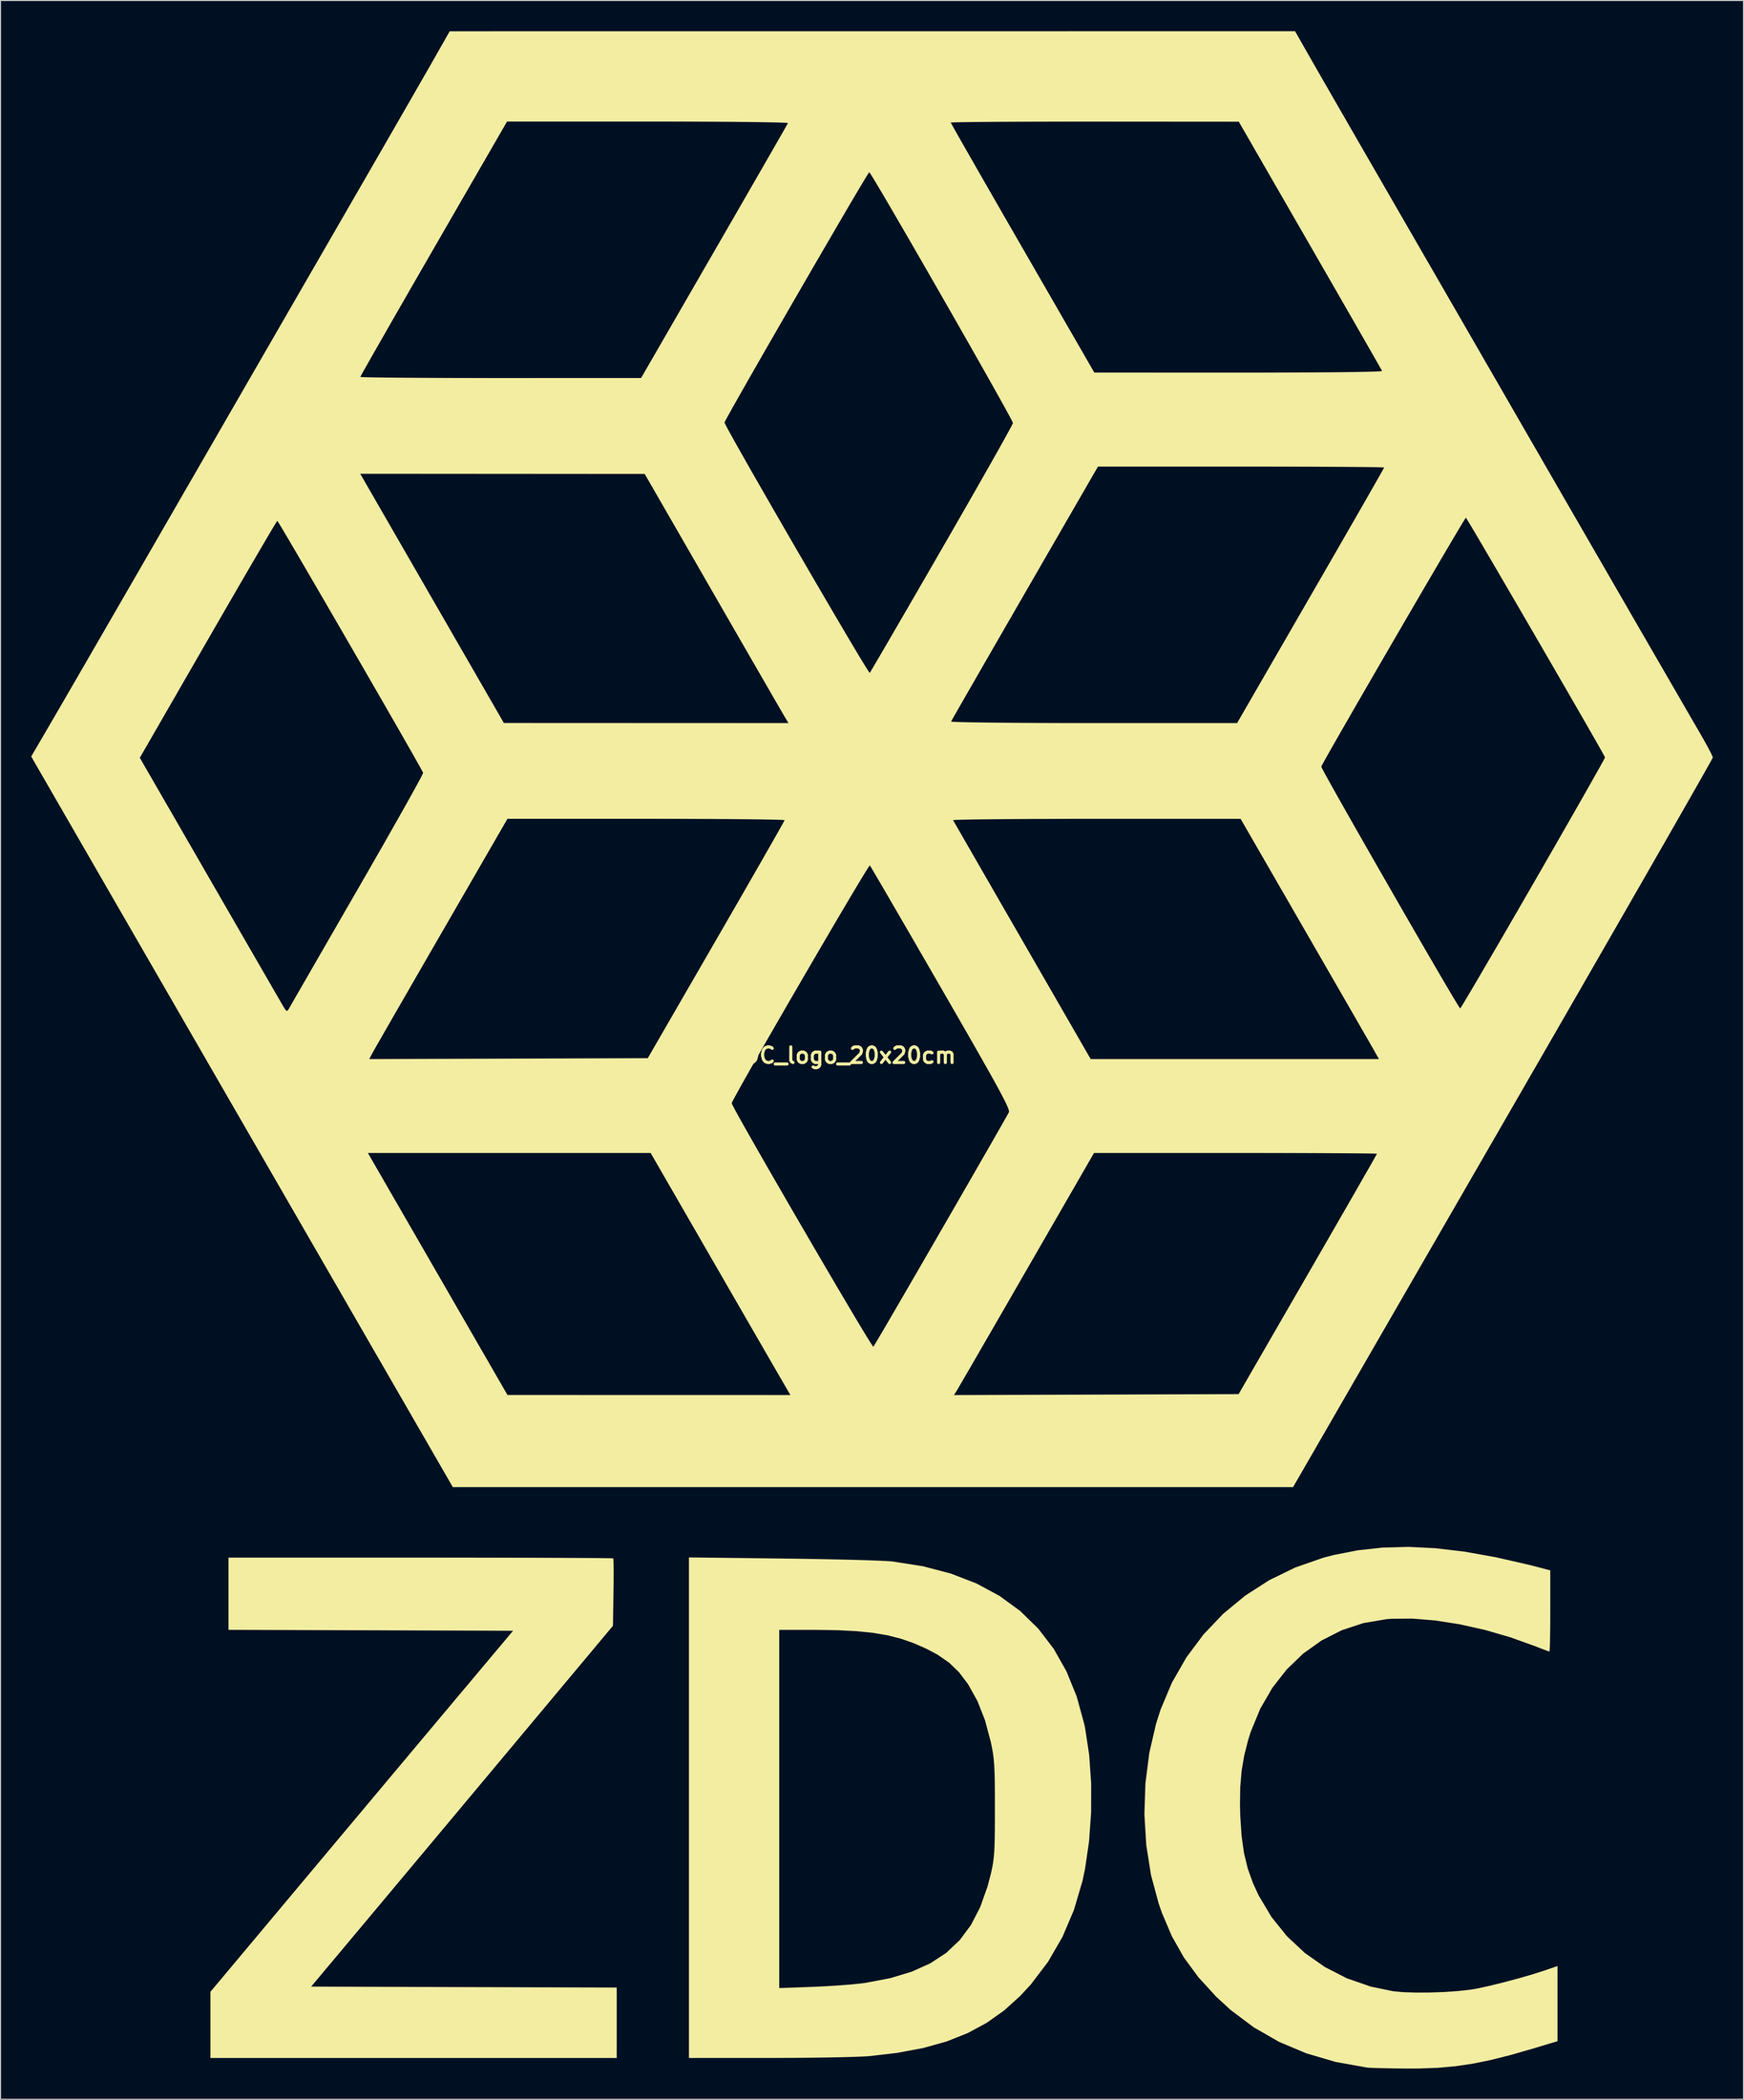
<source format=kicad_pcb>
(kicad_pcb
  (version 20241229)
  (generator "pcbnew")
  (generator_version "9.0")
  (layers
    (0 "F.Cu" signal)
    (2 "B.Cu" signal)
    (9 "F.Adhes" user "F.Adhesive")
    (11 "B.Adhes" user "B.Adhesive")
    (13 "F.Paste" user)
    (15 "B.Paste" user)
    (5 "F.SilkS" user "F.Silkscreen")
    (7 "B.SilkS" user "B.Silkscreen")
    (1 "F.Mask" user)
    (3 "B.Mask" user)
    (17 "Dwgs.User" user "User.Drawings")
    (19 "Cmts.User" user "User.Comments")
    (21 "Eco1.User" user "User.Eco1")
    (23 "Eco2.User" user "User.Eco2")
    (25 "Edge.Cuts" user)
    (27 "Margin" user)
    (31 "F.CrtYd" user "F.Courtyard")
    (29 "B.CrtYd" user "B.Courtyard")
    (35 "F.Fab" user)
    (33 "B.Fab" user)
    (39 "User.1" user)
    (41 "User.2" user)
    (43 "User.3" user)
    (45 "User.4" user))
  (footprint "ZDC_logo_20x20cm"
    (layer "F.Cu")
    (at 79.241 100.013)
    (property "Reference" "ZDC_logo_20x20cm" (at 0 0 0) (layer "F.SilkS") (effects (font (size 1.524 1.524) (thickness 0.3))))
    (attr board_only exclude_from_pos_files exclude_from_bom)
    (fp_poly (pts (xy -38.674 49.037) (xy -36.233 49.039) (xy -33.914 49.042) (xy -31.742 49.046) (xy -29.739 49.051) (xy -27.928 49.058) (xy -26.332 49.065) (xy -24.974 49.073) (xy -23.878 49.081) (xy -23.066 49.09) (xy -22.561 49.1) (xy -22.387 49.109) (xy -22.366 49.3) (xy -22.353 49.788) (xy -22.349 50.514) (xy -22.352 51.424) (xy -22.365 52.438) (xy -22.416 55.693) (xy -33.389 68.816) (xy -35.046 70.798) (xy -36.71 72.787) (xy -38.357 74.756) (xy -39.963 76.676) (xy -41.507 78.521) (xy -42.963 80.262) (xy -44.31 81.871) (xy -45.523 83.321) (xy -46.58 84.583) (xy -47.457 85.631) (xy -48.13 86.434) (xy -51.898 90.928) (xy -36.974 90.974) (xy -22.049 91.019) (xy -22.049 97.896) (xy -61.736 97.896) (xy -61.736 91.434) (xy -52.436 80.333) (xy -50.83 78.417) (xy -49.161 76.426) (xy -47.463 74.399) (xy -45.767 72.377) (xy -44.107 70.396) (xy -42.515 68.498) (xy -41.025 66.721) (xy -39.668 65.105) (xy -38.479 63.687) (xy -37.655 62.706) (xy -32.175 56.18) (xy -59.972 56.09) (xy -59.972 49.036) (xy -41.216 49.036)) (stroke (width 0) (type solid)) (fill yes) (layer "F.SilkS"))
    (fp_poly (pts (xy -5.865 49.125) (xy -4.043 49.15) (xy -2.279 49.179) (xy -0.615 49.213) (xy 0.908 49.249) (xy 2.251 49.287) (xy 3.371 49.326) (xy 4.228 49.364) (xy 4.782 49.401) (xy 4.851 49.408) (xy 7.848 49.876) (xy 10.6 50.596) (xy 13.105 51.566) (xy 15.361 52.786) (xy 17.369 54.253) (xy 19.125 55.968) (xy 20.63 57.929) (xy 21.881 60.134) (xy 22.877 62.583) (xy 23.618 65.274) (xy 23.708 65.705) (xy 24.102 68.29) (xy 24.296 71.06) (xy 24.293 73.908) (xy 24.093 76.73) (xy 23.7 79.42) (xy 23.448 80.61) (xy 22.613 83.447) (xy 21.49 86.081) (xy 20.083 88.51) (xy 18.392 90.73) (xy 17.376 91.826) (xy 15.801 93.252) (xy 14.098 94.461) (xy 12.235 95.467) (xy 10.179 96.283) (xy 7.896 96.923) (xy 5.353 97.399) (xy 2.646 97.714) (xy 2.031 97.753) (xy 1.113 97.788) (xy -0.06 97.82) (xy -1.439 97.847) (xy -2.976 97.869) (xy -4.62 97.885) (xy -6.324 97.893) (xy -7.188 97.894) (xy -14.993 97.896) (xy -14.993 56.092) (xy -6.174 56.092) (xy -6.174 91.071) (xy -2.866 90.95) (xy -1.66 90.894) (xy -0.425 90.817) (xy 0.737 90.726) (xy 1.721 90.63) (xy 2.26 90.561) (xy 4.656 90.105) (xy 6.755 89.476) (xy 8.575 88.659) (xy 10.136 87.636) (xy 11.457 86.39) (xy 12.558 84.906) (xy 13.456 83.166) (xy 14.172 81.154) (xy 14.5 79.904) (xy 14.621 79.358) (xy 14.715 78.842) (xy 14.784 78.3) (xy 14.833 77.675) (xy 14.865 76.912) (xy 14.883 75.955) (xy 14.891 74.746) (xy 14.893 73.554) (xy 14.891 72.099) (xy 14.881 70.937) (xy 14.859 70.013) (xy 14.823 69.266) (xy 14.769 68.638) (xy 14.693 68.072) (xy 14.591 67.509) (xy 14.49 67.028) (xy 13.923 64.908) (xy 13.199 63.063) (xy 12.299 61.444) (xy 12.243 61.36) (xy 11.387 60.229) (xy 10.435 59.307) (xy 9.295 58.517) (xy 8.202 57.935) (xy 6.979 57.395) (xy 5.739 56.963) (xy 4.429 56.629) (xy 2.993 56.384) (xy 1.377 56.22) (xy -0.475 56.126) (xy -2.617 56.093) (xy -2.778 56.093) (xy -6.174 56.092) (xy -14.993 56.092) (xy -14.993 49.017)) (stroke (width 0) (type solid)) (fill yes) (layer "F.SilkS"))
    (fp_poly (pts (xy 57.942 48.121) (xy 60.763 48.454) (xy 63.786 48.992) (xy 67.043 49.735) (xy 68.483 50.108) (xy 69.144 50.284) (xy 69.144 54.246) (xy 69.141 55.386) (xy 69.131 56.397) (xy 69.116 57.231) (xy 69.096 57.836) (xy 69.073 58.164) (xy 69.061 58.208) (xy 68.869 58.148) (xy 68.434 57.987) (xy 67.841 57.757) (xy 67.677 57.692) (xy 65.254 56.821) (xy 62.781 56.104) (xy 60.322 55.552) (xy 57.938 55.178) (xy 55.693 54.992) (xy 53.649 55.006) (xy 53.148 55.045) (xy 50.896 55.427) (xy 48.775 56.127) (xy 46.804 57.127) (xy 45.003 58.411) (xy 43.391 59.962) (xy 41.988 61.762) (xy 40.812 63.795) (xy 39.885 66.043) (xy 39.618 66.891) (xy 39.24 68.391) (xy 38.99 69.879) (xy 38.858 71.456) (xy 38.834 73.22) (xy 38.861 74.26) (xy 38.986 76.19) (xy 39.222 77.87) (xy 39.589 79.389) (xy 40.109 80.838) (xy 40.661 82.033) (xy 41.914 84.136) (xy 43.426 86.013) (xy 45.176 87.648) (xy 47.137 89.023) (xy 49.286 90.12) (xy 51.599 90.924) (xy 53.777 91.377) (xy 54.764 91.471) (xy 55.997 91.513) (xy 57.373 91.507) (xy 58.79 91.455) (xy 60.146 91.361) (xy 61.338 91.227) (xy 62.001 91.116) (xy 63.205 90.852) (xy 64.584 90.512) (xy 66.009 90.132) (xy 67.353 89.746) (xy 68.489 89.387) (xy 68.571 89.358) (xy 69.85 88.921) (xy 69.85 96.258) (xy 67.425 96.987) (xy 65.265 97.608) (xy 63.341 98.092) (xy 61.572 98.453) (xy 59.873 98.703) (xy 58.162 98.856) (xy 56.356 98.923) (xy 55.011 98.928) (xy 53.939 98.916) (xy 52.957 98.898) (xy 52.132 98.877) (xy 51.531 98.854) (xy 51.241 98.833) (xy 48.171 98.28) (xy 45.309 97.443) (xy 42.65 96.321) (xy 40.188 94.91) (xy 37.917 93.208) (xy 36.502 91.904) (xy 34.777 90.019) (xy 33.353 88.082) (xy 32.18 86.009) (xy 31.205 83.719) (xy 30.89 82.815) (xy 30.143 80.036) (xy 29.679 77.112) (xy 29.497 74.108) (xy 29.595 71.09) (xy 29.974 68.121) (xy 30.632 65.269) (xy 31.082 63.863) (xy 32.192 61.233) (xy 33.592 58.79) (xy 35.261 56.551) (xy 37.18 54.535) (xy 39.329 52.759) (xy 41.687 51.242) (xy 44.235 50.001) (xy 46.952 49.053) (xy 47.983 48.784) (xy 50.343 48.323) (xy 52.766 48.058) (xy 55.288 47.989)) (stroke (width 0) (type solid)) (fill yes) (layer "F.SilkS"))
    (fp_poly (pts (xy 45.697 -97.411) (xy 46.028 -96.831) (xy 46.519 -95.976) (xy 47.15 -94.878) (xy 47.905 -93.566) (xy 48.766 -92.072) (xy 49.714 -90.426) (xy 50.733 -88.659) (xy 51.804 -86.802) (xy 52.911 -84.886) (xy 53.954 -83.079) (xy 55.177 -80.961) (xy 56.458 -78.742) (xy 57.77 -76.472) (xy 59.083 -74.197) (xy 60.371 -71.966) (xy 61.605 -69.828) (xy 62.758 -67.83) (xy 63.802 -66.02) (xy 64.71 -64.447) (xy 65.053 -63.853) (xy 66.267 -61.748) (xy 67.537 -59.547) (xy 68.847 -57.276) (xy 70.185 -54.959) (xy 71.535 -52.62) (xy 72.884 -50.285) (xy 74.218 -47.977) (xy 75.522 -45.72) (xy 76.781 -43.541) (xy 77.983 -41.462) (xy 79.112 -39.509) (xy 80.155 -37.707) (xy 81.097 -36.079) (xy 81.924 -34.65) (xy 82.622 -33.445) (xy 83.177 -32.488) (xy 83.574 -31.804) (xy 83.669 -31.641) (xy 84.14 -30.82) (xy 84.539 -30.095) (xy 84.836 -29.527) (xy 84.998 -29.173) (xy 85.019 -29.096) (xy 84.932 -28.924) (xy 84.677 -28.46) (xy 84.26 -27.718) (xy 83.69 -26.711) (xy 82.974 -25.453) (xy 82.12 -23.956) (xy 81.137 -22.236) (xy 80.031 -20.305) (xy 78.811 -18.176) (xy 77.484 -15.864) (xy 76.057 -13.382) (xy 74.54 -10.743) (xy 72.939 -7.961) (xy 71.263 -5.049) (xy 69.518 -2.021) (xy 67.713 1.109) (xy 65.856 4.328) (xy 64.518 6.646) (xy 44.017 42.157) (xy -38.056 42.157) (xy -43.248 33.163) (xy 10.894 33.163) (xy 24.796 33.118) (xy 38.698 33.073) (xy 45.455 21.373) (xy 46.53 19.51) (xy 47.552 17.737) (xy 48.508 16.078) (xy 49.384 14.554) (xy 50.167 13.191) (xy 50.843 12.012) (xy 51.399 11.041) (xy 51.821 10.3) (xy 52.095 9.813) (xy 52.209 9.605) (xy 52.211 9.599) (xy 52.039 9.587) (xy 51.541 9.576) (xy 50.744 9.566) (xy 49.673 9.556) (xy 48.357 9.548) (xy 46.822 9.54) (xy 45.093 9.534) (xy 43.199 9.53) (xy 41.165 9.527) (xy 39.019 9.525) (xy 38.392 9.525) (xy 24.573 9.525) (xy 17.988 20.946) (xy 16.92 22.797) (xy 15.9 24.565) (xy 14.941 26.226) (xy 14.057 27.754) (xy 13.264 29.126) (xy 12.575 30.316) (xy 12.004 31.3) (xy 11.567 32.053) (xy 11.277 32.549) (xy 11.148 32.765) (xy 11.148 32.765) (xy 10.894 33.163) (xy -43.248 33.163) (xy -56.895 9.525) (xy -46.355 9.525) (xy -39.537 21.341) (xy -32.72 33.157) (xy -18.9 33.159) (xy -5.08 33.161) (xy -5.419 32.588) (xy -5.56 32.344) (xy -5.864 31.82) (xy -6.314 31.041) (xy -6.897 30.033) (xy -7.597 28.822) (xy -8.399 27.433) (xy -9.29 25.891) (xy -10.253 24.221) (xy -11.276 22.45) (xy -12.245 20.77) (xy -18.734 9.525) (xy -46.355 9.525) (xy -56.895 9.525) (xy -58.346 7.011) (xy -59.701 4.664) (xy -10.819 4.664) (xy -10.733 4.86) (xy -10.486 5.328) (xy -10.095 6.039) (xy -9.576 6.965) (xy -8.946 8.078) (xy -8.22 9.351) (xy -7.415 10.754) (xy -6.547 12.261) (xy -5.634 13.842) (xy -4.69 15.47) (xy -3.733 17.116) (xy -2.779 18.753) (xy -1.843 20.352) (xy -0.944 21.885) (xy -0.096 23.324) (xy 0.683 24.641) (xy 1.378 25.808) (xy 1.972 26.797) (xy 2.448 27.579) (xy 2.791 28.127) (xy 2.984 28.413) (xy 3.02 28.447) (xy 3.128 28.276) (xy 3.399 27.823) (xy 3.817 27.113) (xy 4.369 26.17) (xy 5.04 25.019) (xy 5.817 23.684) (xy 6.686 22.188) (xy 7.631 20.558) (xy 8.639 18.815) (xy 9.625 17.11) (xy 10.682 15.279) (xy 11.689 13.532) (xy 12.633 11.893) (xy 13.499 10.387) (xy 14.274 9.039) (xy 14.942 7.874) (xy 15.489 6.917) (xy 15.901 6.192) (xy 16.164 5.726) (xy 16.262 5.545) (xy 16.271 5.437) (xy 16.222 5.245) (xy 16.106 4.951) (xy 15.911 4.535) (xy 15.627 3.978) (xy 15.244 3.26) (xy 14.752 2.363) (xy 14.138 1.268) (xy 13.394 -0.046) (xy 12.509 -1.597) (xy 11.471 -3.405) (xy 10.271 -5.488) (xy 9.615 -6.625) (xy 8.533 -8.499) (xy 7.5 -10.284) (xy 6.532 -11.957) (xy 5.64 -13.494) (xy 4.84 -14.872) (xy 4.145 -16.067) (xy 3.568 -17.056) (xy 3.123 -17.814) (xy 2.824 -18.319) (xy 2.685 -18.547) (xy 2.678 -18.557) (xy 2.575 -18.426) (xy 2.314 -18.018) (xy 1.911 -17.361) (xy 1.382 -16.483) (xy 0.744 -15.412) (xy 0.013 -14.178) (xy -0.794 -12.809) (xy -1.66 -11.332) (xy -2.57 -9.777) (xy -3.505 -8.173) (xy -4.451 -6.546) (xy -5.39 -4.927) (xy -6.306 -3.343) (xy -7.182 -1.823) (xy -8.001 -0.395) (xy -8.748 0.912) (xy -9.406 2.069) (xy -9.957 3.049) (xy -10.386 3.823) (xy -10.676 4.362) (xy -10.811 4.637) (xy -10.819 4.664) (xy -59.701 4.664) (xy -60.229 3.75) (xy -62.068 0.565) (xy -62.189 0.355) (xy -46.223 0.355) (xy -32.619 0.31) (xy -19.014 0.265) (xy -12.335 -11.289) (xy -11.266 -13.141) (xy -10.249 -14.904) (xy -9.298 -16.556) (xy -8.428 -18.071) (xy -7.651 -19.427) (xy -6.982 -20.598) (xy -6.434 -21.562) (xy -6.02 -22.295) (xy -5.755 -22.773) (xy -5.651 -22.971) (xy -5.65 -22.975) (xy 10.809 -22.975) (xy 10.906 -22.804) (xy 11.165 -22.352) (xy 11.574 -21.642) (xy 12.117 -20.698) (xy 12.782 -19.543) (xy 13.554 -18.202) (xy 14.42 -16.699) (xy 15.366 -15.056) (xy 16.379 -13.299) (xy 17.444 -11.451) (xy 17.563 -11.245) (xy 24.248 0.353) (xy 52.408 0.353) (xy 51.824 -0.677) (xy 51.639 -1.001) (xy 51.293 -1.604) (xy 50.802 -2.457) (xy 50.183 -3.532) (xy 49.452 -4.802) (xy 48.623 -6.239) (xy 47.714 -7.816) (xy 46.74 -9.505) (xy 45.718 -11.277) (xy 45.067 -12.405) (xy 38.894 -23.103) (xy 24.816 -23.105) (xy 22.624 -23.104) (xy 20.538 -23.099) (xy 18.585 -23.092) (xy 16.791 -23.082) (xy 15.181 -23.07) (xy 13.783 -23.056) (xy 12.623 -23.04) (xy 11.727 -23.022) (xy 11.12 -23.003) (xy 10.83 -22.983) (xy 10.809 -22.975) (xy -5.65 -22.975) (xy -5.821 -22.996) (xy -6.318 -23.016) (xy -7.114 -23.034) (xy -8.181 -23.051) (xy -9.494 -23.067) (xy -11.025 -23.08) (xy -12.747 -23.091) (xy -14.633 -23.099) (xy -16.656 -23.105) (xy -18.79 -23.107) (xy -19.183 -23.107) (xy -32.722 -23.107) (xy -39.159 -11.967) (xy -40.218 -10.134) (xy -41.231 -8.379) (xy -42.183 -6.728) (xy -43.06 -5.206) (xy -43.847 -3.839) (xy -44.529 -2.653) (xy -45.092 -1.672) (xy -45.521 -0.924) (xy -45.8 -0.433) (xy -45.91 -0.236) (xy -46.223 0.355) (xy -62.189 0.355) (xy -63.854 -2.529) (xy -65.579 -5.518) (xy -67.236 -8.388) (xy -68.817 -11.126) (xy -70.313 -13.718) (xy -71.717 -16.15) (xy -73.021 -18.409) (xy -74.216 -20.48) (xy -75.296 -22.351) (xy -76.252 -24.006) (xy -77.075 -25.433) (xy -77.759 -26.618) (xy -78.295 -27.546) (xy -78.675 -28.205) (xy -78.891 -28.58) (xy -78.939 -28.663) (xy -79.168 -29.065) (xy -68.633 -29.065) (xy -61.799 -17.222) (xy -60.708 -15.332) (xy -59.662 -13.52) (xy -58.676 -11.811) (xy -57.763 -10.23) (xy -56.937 -8.801) (xy -56.214 -7.549) (xy -55.608 -6.499) (xy -55.132 -5.676) (xy -54.802 -5.105) (xy -54.631 -4.811) (xy -54.619 -4.789) (xy -54.387 -4.426) (xy -54.243 -4.339) (xy -54.114 -4.489) (xy -54.093 -4.525) (xy -53.978 -4.728) (xy -53.7 -5.211) (xy -53.275 -5.951) (xy -52.716 -6.921) (xy -52.037 -8.099) (xy -51.253 -9.458) (xy -50.379 -10.974) (xy -49.428 -12.623) (xy -48.415 -14.379) (xy -47.41 -16.12) (xy -46.356 -17.95) (xy -45.356 -19.694) (xy -44.424 -21.327) (xy -43.574 -22.824) (xy -42.82 -24.161) (xy -42.175 -25.314) (xy -41.652 -26.259) (xy -41.266 -26.97) (xy -41.03 -27.425) (xy -40.958 -27.597) (xy -41.055 -27.788) (xy -41.284 -28.204) (xy 46.774 -28.204) (xy 46.851 -28.033) (xy 47.088 -27.586) (xy 47.47 -26.891) (xy 47.98 -25.977) (xy 48.601 -24.873) (xy 49.318 -23.607) (xy 50.113 -22.207) (xy 50.971 -20.703) (xy 51.874 -19.123) (xy 52.807 -17.495) (xy 53.753 -15.848) (xy 54.695 -14.211) (xy 55.618 -12.611) (xy 56.504 -11.079) (xy 57.338 -9.641) (xy 58.103 -8.328) (xy 58.783 -7.166) (xy 59.361 -6.186) (xy 59.82 -5.415) (xy 60.145 -4.882) (xy 60.319 -4.616) (xy 60.342 -4.59) (xy 60.445 -4.739) (xy 60.71 -5.17) (xy 61.123 -5.862) (xy 61.673 -6.79) (xy 62.344 -7.933) (xy 63.124 -9.267) (xy 64 -10.769) (xy 64.957 -12.417) (xy 65.983 -14.188) (xy 67.064 -16.058) (xy 67.486 -16.789) (xy 68.583 -18.693) (xy 69.627 -20.509) (xy 70.604 -22.213) (xy 71.502 -23.783) (xy 72.307 -25.195) (xy 73.006 -26.425) (xy 73.586 -27.452) (xy 74.034 -28.252) (xy 74.336 -28.801) (xy 74.48 -29.077) (xy 74.491 -29.105) (xy 74.391 -29.299) (xy 74.132 -29.765) (xy 73.729 -30.476) (xy 73.2 -31.402) (xy 72.561 -32.516) (xy 71.828 -33.789) (xy 71.019 -35.192) (xy 70.149 -36.696) (xy 69.236 -38.273) (xy 68.296 -39.895) (xy 67.345 -41.533) (xy 66.4 -43.158) (xy 65.478 -44.742) (xy 64.595 -46.256) (xy 63.768 -47.672) (xy 63.014 -48.96) (xy 62.348 -50.094) (xy 61.789 -51.043) (xy 61.351 -51.779) (xy 61.052 -52.274) (xy 60.909 -52.5) (xy 60.899 -52.511) (xy 60.8 -52.366) (xy 60.54 -51.944) (xy 60.137 -51.272) (xy 59.606 -50.379) (xy 58.964 -49.291) (xy 58.227 -48.037) (xy 57.412 -46.646) (xy 56.534 -45.144) (xy 55.61 -43.559) (xy 54.655 -41.921) (xy 53.687 -40.256) (xy 52.722 -38.593) (xy 51.775 -36.959) (xy 50.864 -35.383) (xy 50.003 -33.892) (xy 49.21 -32.515) (xy 48.5 -31.279) (xy 47.89 -30.212) (xy 47.397 -29.342) (xy 47.036 -28.697) (xy 46.823 -28.305) (xy 46.774 -28.204) (xy -41.284 -28.204) (xy -41.311 -28.254) (xy -41.712 -28.965) (xy -42.24 -29.895) (xy -42.879 -31.015) (xy -43.614 -32.297) (xy -44.429 -33.714) (xy -45.306 -35.238) (xy -46.231 -36.841) (xy -47.186 -38.495) (xy -48.157 -40.172) (xy -49.126 -41.845) (xy -50.078 -43.486) (xy -50.996 -45.066) (xy -51.865 -46.559) (xy -52.668 -47.935) (xy -53.389 -49.168) (xy -54.012 -50.229) (xy -54.521 -51.091) (xy -54.9 -51.725) (xy -55.133 -52.105) (xy -55.203 -52.207) (xy -55.304 -52.057) (xy -55.567 -51.625) (xy -55.979 -50.934) (xy -56.524 -50.008) (xy -57.191 -48.87) (xy -57.964 -47.544) (xy -58.831 -46.054) (xy -59.777 -44.422) (xy -60.788 -42.674) (xy -61.852 -40.831) (xy -61.965 -40.634) (xy -68.633 -29.065) (xy -79.168 -29.065) (xy -79.241 -29.192) (xy -77.13 -32.808) (xy -76.734 -33.488) (xy -76.179 -34.445) (xy -75.479 -35.653) (xy -74.651 -37.082) (xy -73.71 -38.707) (xy -72.674 -40.499) (xy -71.558 -42.43) (xy -70.377 -44.473) (xy -69.149 -46.599) (xy -67.889 -48.782) (xy -66.612 -50.993) (xy -66.316 -51.506) (xy -64.849 -54.049) (xy -63.263 -56.797) (xy -47.103 -56.797) (xy -46.614 -55.95) (xy -46.447 -55.661) (xy -46.119 -55.092) (xy -45.645 -54.27) (xy -45.041 -53.221) (xy -44.32 -51.971) (xy -43.499 -50.547) (xy -42.592 -48.974) (xy -41.614 -47.279) (xy -40.582 -45.487) (xy -39.599 -43.784) (xy -33.073 -32.464) (xy -19.172 -32.46) (xy -5.272 -32.456) (xy -5.362 -32.607) (xy 10.613 -32.607) (xy 10.775 -32.583) (xy 11.265 -32.561) (xy 12.054 -32.539) (xy 13.119 -32.52) (xy 14.431 -32.503) (xy 15.966 -32.488) (xy 17.697 -32.475) (xy 19.598 -32.465) (xy 21.643 -32.459) (xy 23.806 -32.456) (xy 24.553 -32.456) (xy 38.552 -32.456) (xy 45.734 -44.89) (xy 46.843 -46.811) (xy 47.9 -48.644) (xy 48.892 -50.365) (xy 49.805 -51.952) (xy 50.626 -53.382) (xy 51.342 -54.632) (xy 51.941 -55.679) (xy 52.408 -56.5) (xy 52.731 -57.072) (xy 52.897 -57.372) (xy 52.917 -57.413) (xy 52.745 -57.427) (xy 52.246 -57.441) (xy 51.449 -57.453) (xy 50.377 -57.464) (xy 49.06 -57.474) (xy 47.522 -57.483) (xy 45.79 -57.491) (xy 43.891 -57.496) (xy 41.852 -57.5) (xy 39.699 -57.501) (xy 38.938 -57.501) (xy 24.959 -57.5) (xy 17.815 -45.129) (xy 16.708 -43.211) (xy 15.651 -41.38) (xy 14.659 -39.659) (xy 13.745 -38.072) (xy 12.922 -36.641) (xy 12.202 -35.391) (xy 11.601 -34.343) (xy 11.13 -33.521) (xy 10.803 -32.948) (xy 10.634 -32.647) (xy 10.613 -32.607) (xy -5.362 -32.607) (xy -5.719 -33.205) (xy -5.878 -33.478) (xy -6.199 -34.03) (xy -6.666 -34.837) (xy -7.264 -35.872) (xy -7.979 -37.11) (xy -8.795 -38.524) (xy -9.698 -40.089) (xy -10.672 -41.78) (xy -11.704 -43.569) (xy -12.74 -45.369) (xy -19.315 -56.783) (xy -47.103 -56.797) (xy -63.263 -56.797) (xy -63.257 -56.807) (xy -61.574 -59.723) (xy -60.373 -61.803) (xy -11.519 -61.803) (xy -11.434 -61.611) (xy -11.189 -61.147) (xy -10.799 -60.438) (xy -10.281 -59.511) (xy -9.65 -58.396) (xy -8.923 -57.118) (xy -8.116 -55.707) (xy -7.244 -54.191) (xy -6.325 -52.595) (xy -5.374 -50.949) (xy -4.407 -49.281) (xy -3.44 -47.617) (xy -2.489 -45.986) (xy -1.572 -44.416) (xy -0.702 -42.934) (xy 0.102 -41.568) (xy 0.826 -40.345) (xy 1.453 -39.294) (xy 1.967 -38.442) (xy 2.351 -37.818) (xy 2.591 -37.448) (xy 2.668 -37.354) (xy 2.773 -37.524) (xy 3.041 -37.975) (xy 3.458 -38.686) (xy 4.01 -39.632) (xy 4.684 -40.789) (xy 5.466 -42.136) (xy 6.343 -43.647) (xy 7.3 -45.3) (xy 8.325 -47.071) (xy 9.404 -48.937) (xy 9.716 -49.477) (xy 10.806 -51.369) (xy 11.844 -53.176) (xy 12.817 -54.875) (xy 13.71 -56.441) (xy 14.51 -57.852) (xy 15.204 -59.083) (xy 15.778 -60.11) (xy 16.219 -60.911) (xy 16.514 -61.46) (xy 16.649 -61.734) (xy 16.656 -61.758) (xy 16.572 -61.947) (xy 16.329 -62.412) (xy 15.941 -63.123) (xy 15.425 -64.054) (xy 14.797 -65.175) (xy 14.074 -66.46) (xy 13.271 -67.879) (xy 12.405 -69.405) (xy 11.491 -71.01) (xy 10.545 -72.665) (xy 9.585 -74.342) (xy 8.625 -76.014) (xy 7.683 -77.652) (xy 6.773 -79.228) (xy 5.912 -80.714) (xy 5.117 -82.082) (xy 4.403 -83.304) (xy 3.787 -84.351) (xy 3.284 -85.196) (xy 2.911 -85.811) (xy 2.684 -86.168) (xy 2.619 -86.248) (xy 2.515 -86.101) (xy 2.251 -85.675) (xy 1.844 -84.999) (xy 1.311 -84.101) (xy 0.667 -83.009) (xy -0.071 -81.75) (xy -0.887 -80.352) (xy -1.766 -78.845) (xy -2.69 -77.255) (xy -3.644 -75.61) (xy -4.611 -73.939) (xy -5.576 -72.269) (xy -6.521 -70.629) (xy -7.432 -69.046) (xy -8.291 -67.548) (xy -9.083 -66.164) (xy -9.792 -64.921) (xy -10.401 -63.847) (xy -10.893 -62.97) (xy -11.254 -62.319) (xy -11.466 -61.92) (xy -11.519 -61.803) (xy -60.373 -61.803) (xy -59.832 -62.74) (xy -58.064 -65.804) (xy -57.803 -66.257) (xy -47.096 -66.257) (xy -46.924 -66.239) (xy -46.426 -66.223) (xy -45.629 -66.207) (xy -44.559 -66.193) (xy -43.244 -66.181) (xy -41.71 -66.17) (xy -39.984 -66.161) (xy -38.092 -66.154) (xy -36.062 -66.15) (xy -33.921 -66.148) (xy -33.382 -66.148) (xy -19.667 -66.151) (xy -12.524 -78.522) (xy -11.416 -80.441) (xy -10.36 -82.272) (xy -9.368 -83.992) (xy -8.453 -85.579) (xy -7.63 -87.01) (xy -6.911 -88.26) (xy -6.309 -89.308) (xy -5.838 -90.13) (xy -5.512 -90.702) (xy -5.342 -91.003) (xy -5.321 -91.043) (xy -5.484 -91.067) (xy -5.972 -91.089) (xy -6.094 -91.093) (xy 10.583 -91.093) (xy 10.669 -90.928) (xy 10.919 -90.481) (xy 11.318 -89.774) (xy 11.854 -88.832) (xy 12.513 -87.677) (xy 13.283 -86.333) (xy 14.15 -84.822) (xy 15.1 -83.167) (xy 16.121 -81.393) (xy 17.199 -79.522) (xy 17.595 -78.836) (xy 24.606 -66.68) (xy 38.688 -66.678) (xy 41.193 -66.679) (xy 43.5 -66.685) (xy 45.591 -66.694) (xy 47.448 -66.706) (xy 49.054 -66.722) (xy 50.391 -66.741) (xy 51.441 -66.763) (xy 52.188 -66.787) (xy 52.614 -66.814) (xy 52.711 -66.837) (xy 52.616 -67.012) (xy 52.357 -67.469) (xy 51.95 -68.184) (xy 51.406 -69.135) (xy 50.74 -70.298) (xy 49.964 -71.65) (xy 49.093 -73.166) (xy 48.14 -74.825) (xy 47.117 -76.601) (xy 46.04 -78.473) (xy 45.685 -79.089) (xy 38.717 -91.179) (xy 24.65 -91.186) (xy 22.457 -91.186) (xy 20.369 -91.183) (xy 18.411 -91.179) (xy 16.612 -91.172) (xy 14.997 -91.163) (xy 13.592 -91.153) (xy 12.424 -91.141) (xy 11.52 -91.128) (xy 10.906 -91.114) (xy 10.608 -91.099) (xy 10.583 -91.093) (xy -6.094 -91.093) (xy -6.761 -91.11) (xy -7.822 -91.13) (xy -9.129 -91.147) (xy -10.657 -91.162) (xy -12.378 -91.174) (xy -14.265 -91.184) (xy -16.292 -91.19) (xy -18.433 -91.193) (xy -19.013 -91.193) (xy -32.763 -91.193) (xy -39.93 -78.781) (xy -41.038 -76.86) (xy -42.093 -75.028) (xy -43.083 -73.307) (xy -43.995 -71.72) (xy -44.814 -70.29) (xy -45.529 -69.04) (xy -46.126 -67.992) (xy -46.592 -67.171) (xy -46.913 -66.599) (xy -47.077 -66.298) (xy -47.096 -66.257) (xy -57.803 -66.257) (xy -56.301 -68.859) (xy -54.576 -71.847) (xy -52.921 -74.714) (xy -51.368 -77.404) (xy -49.95 -79.86) (xy -49.568 -80.522) (xy -48.349 -82.632) (xy -47.151 -84.708) (xy -45.989 -86.722) (xy -44.88 -88.646) (xy -43.839 -90.453) (xy -42.882 -92.115) (xy -42.025 -93.605) (xy -41.283 -94.895) (xy -40.672 -95.958) (xy -40.209 -96.766) (xy -39.943 -97.233) (xy -38.365 -100.009) (xy 44.215 -100.013)) (stroke (width 0) (type solid)) (fill yes) (layer "F.SilkS")))
  (gr_rect
    (start -3 -3)
    (end 167.26 201.94)
    (stroke (width 0.1) (type default))
    (fill no)
    (layer "Edge.Cuts")))
</source>
